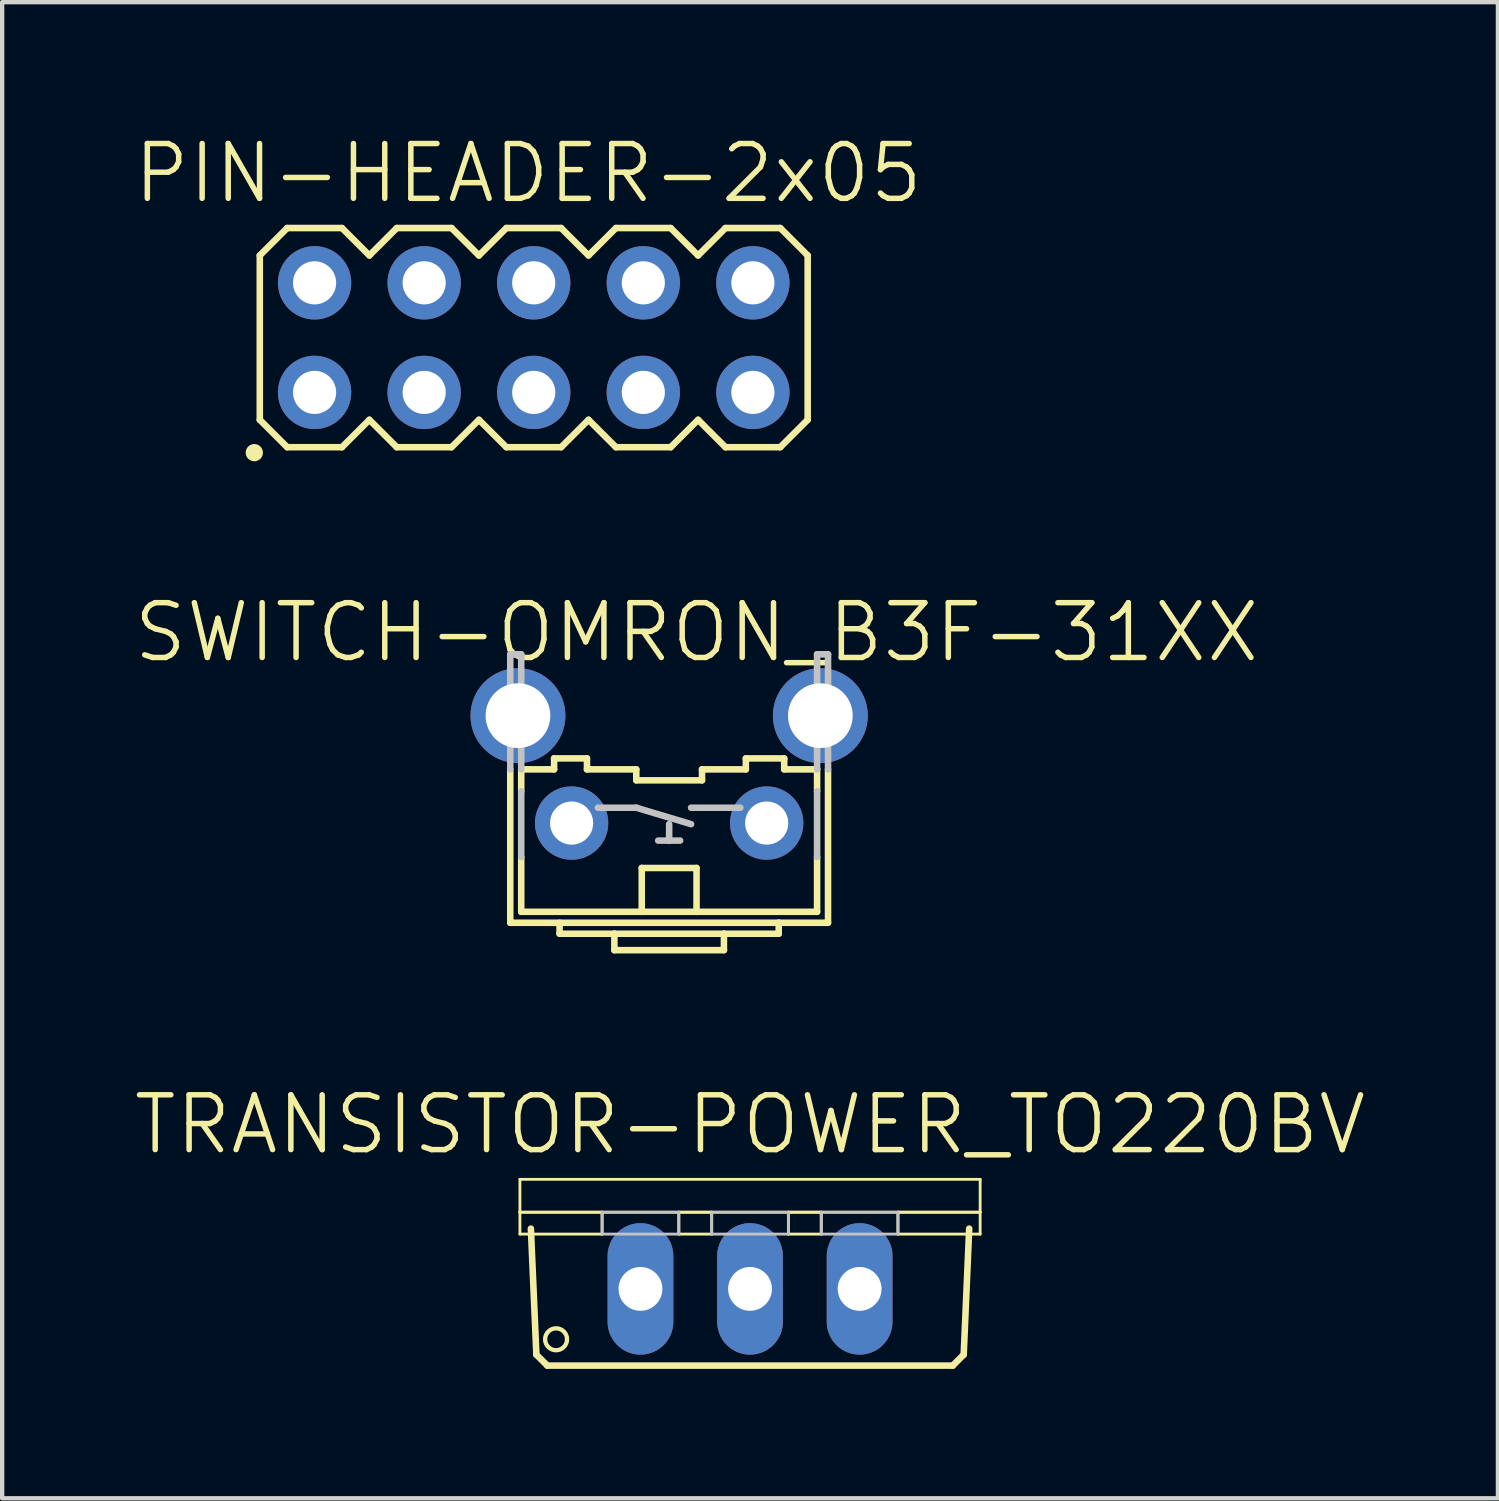
<source format=kicad_pcb>
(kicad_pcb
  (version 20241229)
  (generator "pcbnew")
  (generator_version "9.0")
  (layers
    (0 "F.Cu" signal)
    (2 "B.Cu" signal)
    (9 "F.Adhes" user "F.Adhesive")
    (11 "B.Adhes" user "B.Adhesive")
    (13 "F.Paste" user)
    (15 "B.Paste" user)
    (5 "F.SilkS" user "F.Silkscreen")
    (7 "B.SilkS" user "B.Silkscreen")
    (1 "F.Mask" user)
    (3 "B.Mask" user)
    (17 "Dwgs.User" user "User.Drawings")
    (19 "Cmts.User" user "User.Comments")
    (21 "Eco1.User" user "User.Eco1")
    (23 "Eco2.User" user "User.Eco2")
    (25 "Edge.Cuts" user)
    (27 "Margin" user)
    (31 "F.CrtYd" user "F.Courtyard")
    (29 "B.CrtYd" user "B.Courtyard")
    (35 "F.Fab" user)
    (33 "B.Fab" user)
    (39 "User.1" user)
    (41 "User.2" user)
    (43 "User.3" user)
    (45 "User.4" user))
  (footprint "SWITCH-OMRON_B3F-31XX"
    (layer "F.Cu")
    (at 12.461 14.784)
    (property "Reference" "SWITCH-OMRON_B3F-31XX" (at 0.635 -3.175 0) (layer "F.SilkS") (effects (font (size 1.27 1.27) (thickness 0.127))))
    (attr exclude_from_pos_files exclude_from_bom)
    (fp_line (start -3.683 0) (end -3.683 3.556) (stroke (width 0.152) (type solid)) (layer "F.SilkS"))
    (fp_line (start -3.429 0) (end -2.667 0) (stroke (width 0.152) (type solid)) (layer "F.SilkS"))
    (fp_line (start -3.429 0.508) (end -3.429 0) (stroke (width 0.152) (type solid)) (layer "F.SilkS"))
    (fp_line (start -3.429 2.032) (end -3.429 3.302) (stroke (width 0.152) (type solid)) (layer "F.SilkS"))
    (fp_line (start -3.429 3.302) (end -0.635 3.302) (stroke (width 0.152) (type solid)) (layer "F.SilkS"))
    (fp_line (start -2.667 -0.254) (end -2.667 0) (stroke (width 0.152) (type solid)) (layer "F.SilkS"))
    (fp_line (start -2.667 -0.254) (end -1.905 -0.254) (stroke (width 0.152) (type solid)) (layer "F.SilkS"))
    (fp_line (start -2.54 3.556) (end -2.54 3.81) (stroke (width 0.152) (type solid)) (layer "F.SilkS"))
    (fp_line (start -2.54 3.81) (end -1.27 3.81) (stroke (width 0.152) (type solid)) (layer "F.SilkS"))
    (fp_line (start -1.905 0) (end -1.905 -0.254) (stroke (width 0.152) (type solid)) (layer "F.SilkS"))
    (fp_line (start -1.905 0) (end -0.762 0) (stroke (width 0.152) (type solid)) (layer "F.SilkS"))
    (fp_line (start -1.27 3.81) (end -1.27 4.191) (stroke (width 0.152) (type solid)) (layer "F.SilkS"))
    (fp_line (start -1.27 3.81) (end 1.27 3.81) (stroke (width 0.152) (type solid)) (layer "F.SilkS"))
    (fp_line (start -1.27 4.191) (end 1.27 4.191) (stroke (width 0.152) (type solid)) (layer "F.SilkS"))
    (fp_line (start -0.762 0.254) (end -0.762 0) (stroke (width 0.152) (type solid)) (layer "F.SilkS"))
    (fp_line (start -0.762 0.254) (end 0.762 0.254) (stroke (width 0.152) (type solid)) (layer "F.SilkS"))
    (fp_line (start -0.635 2.286) (end 0.635 2.286) (stroke (width 0.152) (type solid)) (layer "F.SilkS"))
    (fp_line (start -0.635 3.302) (end -0.635 2.286) (stroke (width 0.152) (type solid)) (layer "F.SilkS"))
    (fp_line (start -0.635 3.302) (end 0.635 3.302) (stroke (width 0.152) (type solid)) (layer "F.SilkS"))
    (fp_line (start 0.635 3.302) (end 0.635 2.286) (stroke (width 0.152) (type solid)) (layer "F.SilkS"))
    (fp_line (start 0.635 3.302) (end 3.429 3.302) (stroke (width 0.152) (type solid)) (layer "F.SilkS"))
    (fp_line (start 0.762 0) (end 0.762 0.254) (stroke (width 0.152) (type solid)) (layer "F.SilkS"))
    (fp_line (start 0.762 0) (end 1.778 0) (stroke (width 0.152) (type solid)) (layer "F.SilkS"))
    (fp_line (start 1.27 3.81) (end 1.27 4.191) (stroke (width 0.152) (type solid)) (layer "F.SilkS"))
    (fp_line (start 1.27 3.81) (end 2.54 3.81) (stroke (width 0.152) (type solid)) (layer "F.SilkS"))
    (fp_line (start 1.778 -0.254) (end 2.667 -0.254) (stroke (width 0.152) (type solid)) (layer "F.SilkS"))
    (fp_line (start 1.778 0) (end 1.778 -0.254) (stroke (width 0.152) (type solid)) (layer "F.SilkS"))
    (fp_line (start 2.54 3.556) (end -3.683 3.556) (stroke (width 0.152) (type solid)) (layer "F.SilkS"))
    (fp_line (start 2.54 3.556) (end 2.54 3.81) (stroke (width 0.152) (type solid)) (layer "F.SilkS"))
    (fp_line (start 2.667 0) (end 2.667 -0.254) (stroke (width 0.152) (type solid)) (layer "F.SilkS"))
    (fp_line (start 2.667 0) (end 3.429 0) (stroke (width 0.152) (type solid)) (layer "F.SilkS"))
    (fp_line (start 3.429 0.508) (end 3.429 0) (stroke (width 0.152) (type solid)) (layer "F.SilkS"))
    (fp_line (start 3.429 2.032) (end 3.429 3.302) (stroke (width 0.152) (type solid)) (layer "F.SilkS"))
    (fp_line (start 3.683 0) (end 3.683 3.556) (stroke (width 0.152) (type solid)) (layer "F.SilkS"))
    (fp_line (start 3.683 3.556) (end 2.54 3.556) (stroke (width 0.152) (type solid)) (layer "F.SilkS"))
    (fp_line (start -3.683 -2.667) (end -3.429 -2.667) (stroke (width 0.152) (type solid)) (layer "Dwgs.User"))
    (fp_line (start -3.683 0) (end -3.683 -2.667) (stroke (width 0.152) (type solid)) (layer "Dwgs.User"))
    (fp_line (start -3.429 -2.667) (end -3.429 0) (stroke (width 0.152) (type solid)) (layer "Dwgs.User"))
    (fp_line (start -3.429 0.508) (end -3.429 2.032) (stroke (width 0.152) (type solid)) (layer "Dwgs.User"))
    (fp_line (start -1.651 0.889) (end -0.762 0.889) (stroke (width 0.152) (type solid)) (layer "Dwgs.User"))
    (fp_line (start -0.762 0.889) (end 0.508 1.27) (stroke (width 0.152) (type solid)) (layer "Dwgs.User"))
    (fp_line (start -0.254 1.651) (end 0 1.651) (stroke (width 0.152) (type solid)) (layer "Dwgs.User"))
    (fp_line (start 0 1.27) (end 0 1.651) (stroke (width 0.152) (type solid)) (layer "Dwgs.User"))
    (fp_line (start 0 1.651) (end 0.254 1.651) (stroke (width 0.152) (type solid)) (layer "Dwgs.User"))
    (fp_line (start 0.508 0.889) (end 1.651 0.889) (stroke (width 0.152) (type solid)) (layer "Dwgs.User"))
    (fp_line (start 3.429 -2.667) (end 3.683 -2.667) (stroke (width 0.152) (type solid)) (layer "Dwgs.User"))
    (fp_line (start 3.429 0) (end 3.429 -2.667) (stroke (width 0.152) (type solid)) (layer "Dwgs.User"))
    (fp_line (start 3.429 0.508) (end 3.429 2.032) (stroke (width 0.152) (type solid)) (layer "Dwgs.User"))
    (fp_line (start 3.683 -2.667) (end 3.683 0) (stroke (width 0.152) (type solid)) (layer "Dwgs.User"))
    (pad "1" thru_hole circle (at -2.261 1.245) (size 1.7 1.7) (drill 1) (layers "*.Cu" "*.Mask"))
    (pad "2" thru_hole circle (at 2.261 1.245) (size 1.7 1.7) (drill 1) (layers "*.Cu" "*.Mask"))
    (pad "3" thru_hole circle (at -3.505 -1.245) (size 2.2 2.2) (drill 1.5) (layers "*.Cu" "*.Mask"))
    (pad "4" thru_hole circle (at 3.505 -1.245) (size 2.2 2.2) (drill 1.5) (layers "*.Cu" "*.Mask")))
  (footprint "PIN-HEADER-2x05"
    (layer "F.Cu")
    (at 8.052 4.776)
    (property "Reference" "PIN-HEADER-2x05" (at 1.143 -3.81 0) (layer "F.SilkS") (effects (font (size 1.27 1.27) (thickness 0.127))))
    (attr through_hole)
    (fp_line (start -5.08 -1.905) (end -4.445 -2.54) (stroke (width 0.152) (type solid)) (layer "F.SilkS"))
    (fp_line (start -5.08 1.905) (end -5.08 -1.905) (stroke (width 0.152) (type solid)) (layer "F.SilkS"))
    (fp_line (start -5.08 1.905) (end -4.445 2.54) (stroke (width 0.152) (type solid)) (layer "F.SilkS"))
    (fp_line (start -4.445 -2.54) (end -3.175 -2.54) (stroke (width 0.152) (type solid)) (layer "F.SilkS"))
    (fp_line (start -4.445 2.54) (end -3.175 2.54) (stroke (width 0.152) (type solid)) (layer "F.SilkS"))
    (fp_line (start -3.175 -2.54) (end -2.54 -1.905) (stroke (width 0.152) (type solid)) (layer "F.SilkS"))
    (fp_line (start -3.175 2.54) (end -2.54 1.905) (stroke (width 0.152) (type solid)) (layer "F.SilkS"))
    (fp_line (start -2.54 -1.905) (end -1.905 -2.54) (stroke (width 0.152) (type solid)) (layer "F.SilkS"))
    (fp_line (start -2.54 1.905) (end -1.905 2.54) (stroke (width 0.152) (type solid)) (layer "F.SilkS"))
    (fp_line (start -1.905 -2.54) (end -0.635 -2.54) (stroke (width 0.152) (type solid)) (layer "F.SilkS"))
    (fp_line (start -1.905 2.54) (end -0.635 2.54) (stroke (width 0.152) (type solid)) (layer "F.SilkS"))
    (fp_line (start -0.635 -2.54) (end 0 -1.905) (stroke (width 0.152) (type solid)) (layer "F.SilkS"))
    (fp_line (start -0.635 2.54) (end 0 1.905) (stroke (width 0.152) (type solid)) (layer "F.SilkS"))
    (fp_line (start 0 -1.905) (end 0.635 -2.54) (stroke (width 0.152) (type solid)) (layer "F.SilkS"))
    (fp_line (start 0 1.905) (end 0.635 2.54) (stroke (width 0.152) (type solid)) (layer "F.SilkS"))
    (fp_line (start 0.635 -2.54) (end 1.905 -2.54) (stroke (width 0.152) (type solid)) (layer "F.SilkS"))
    (fp_line (start 0.635 2.54) (end 1.905 2.54) (stroke (width 0.152) (type solid)) (layer "F.SilkS"))
    (fp_line (start 1.905 -2.54) (end 2.54 -1.905) (stroke (width 0.152) (type solid)) (layer "F.SilkS"))
    (fp_line (start 1.905 2.54) (end 2.54 1.905) (stroke (width 0.152) (type solid)) (layer "F.SilkS"))
    (fp_line (start 2.54 -1.905) (end 3.175 -2.54) (stroke (width 0.152) (type solid)) (layer "F.SilkS"))
    (fp_line (start 2.54 1.905) (end 3.175 2.54) (stroke (width 0.152) (type solid)) (layer "F.SilkS"))
    (fp_line (start 3.175 -2.54) (end 4.445 -2.54) (stroke (width 0.152) (type solid)) (layer "F.SilkS"))
    (fp_line (start 3.175 2.54) (end 4.445 2.54) (stroke (width 0.152) (type solid)) (layer "F.SilkS"))
    (fp_line (start 4.445 -2.54) (end 5.08 -1.905) (stroke (width 0.152) (type solid)) (layer "F.SilkS"))
    (fp_line (start 4.445 2.54) (end 5.08 1.905) (stroke (width 0.152) (type solid)) (layer "F.SilkS"))
    (fp_line (start 5.08 -1.905) (end 5.715 -2.54) (stroke (width 0.152) (type solid)) (layer "F.SilkS"))
    (fp_line (start 5.08 1.905) (end 5.715 2.54) (stroke (width 0.152) (type solid)) (layer "F.SilkS"))
    (fp_line (start 5.715 -2.54) (end 6.985 -2.54) (stroke (width 0.152) (type solid)) (layer "F.SilkS"))
    (fp_line (start 5.715 2.54) (end 6.985 2.54) (stroke (width 0.152) (type solid)) (layer "F.SilkS"))
    (fp_line (start 6.985 -2.54) (end 7.62 -1.905) (stroke (width 0.152) (type solid)) (layer "F.SilkS"))
    (fp_line (start 6.985 2.54) (end 7.62 1.905) (stroke (width 0.152) (type solid)) (layer "F.SilkS"))
    (fp_line (start 7.62 -1.905) (end 7.62 1.905) (stroke (width 0.152) (type solid)) (layer "F.SilkS"))
    (fp_circle (center -5.207 2.667) (end -5.107 2.667) (stroke (width 0.2) (type solid)) (fill no) (layer "F.SilkS"))
    (fp_line (start -4.064 -1.524) (end -3.556 -1.524) (stroke (width 0.066) (type solid)) (layer "Dwgs.User"))
    (fp_line (start -4.064 -1.016) (end -4.064 -1.524) (stroke (width 0.066) (type solid)) (layer "Dwgs.User"))
    (fp_line (start -4.064 -1.016) (end -3.556 -1.016) (stroke (width 0.066) (type solid)) (layer "Dwgs.User"))
    (fp_line (start -4.064 1.016) (end -3.556 1.016) (stroke (width 0.066) (type solid)) (layer "Dwgs.User"))
    (fp_line (start -4.064 1.524) (end -4.064 1.016) (stroke (width 0.066) (type solid)) (layer "Dwgs.User"))
    (fp_line (start -4.064 1.524) (end -3.556 1.524) (stroke (width 0.066) (type solid)) (layer "Dwgs.User"))
    (fp_line (start -3.556 -1.016) (end -3.556 -1.524) (stroke (width 0.066) (type solid)) (layer "Dwgs.User"))
    (fp_line (start -3.556 1.524) (end -3.556 1.016) (stroke (width 0.066) (type solid)) (layer "Dwgs.User"))
    (fp_line (start -1.524 -1.524) (end -1.016 -1.524) (stroke (width 0.066) (type solid)) (layer "Dwgs.User"))
    (fp_line (start -1.524 -1.016) (end -1.524 -1.524) (stroke (width 0.066) (type solid)) (layer "Dwgs.User"))
    (fp_line (start -1.524 -1.016) (end -1.016 -1.016) (stroke (width 0.066) (type solid)) (layer "Dwgs.User"))
    (fp_line (start -1.524 1.016) (end -1.016 1.016) (stroke (width 0.066) (type solid)) (layer "Dwgs.User"))
    (fp_line (start -1.524 1.524) (end -1.524 1.016) (stroke (width 0.066) (type solid)) (layer "Dwgs.User"))
    (fp_line (start -1.524 1.524) (end -1.016 1.524) (stroke (width 0.066) (type solid)) (layer "Dwgs.User"))
    (fp_line (start -1.016 -1.016) (end -1.016 -1.524) (stroke (width 0.066) (type solid)) (layer "Dwgs.User"))
    (fp_line (start -1.016 1.524) (end -1.016 1.016) (stroke (width 0.066) (type solid)) (layer "Dwgs.User"))
    (fp_line (start 1.016 -1.524) (end 1.524 -1.524) (stroke (width 0.066) (type solid)) (layer "Dwgs.User"))
    (fp_line (start 1.016 -1.016) (end 1.016 -1.524) (stroke (width 0.066) (type solid)) (layer "Dwgs.User"))
    (fp_line (start 1.016 -1.016) (end 1.524 -1.016) (stroke (width 0.066) (type solid)) (layer "Dwgs.User"))
    (fp_line (start 1.016 1.016) (end 1.524 1.016) (stroke (width 0.066) (type solid)) (layer "Dwgs.User"))
    (fp_line (start 1.016 1.524) (end 1.016 1.016) (stroke (width 0.066) (type solid)) (layer "Dwgs.User"))
    (fp_line (start 1.016 1.524) (end 1.524 1.524) (stroke (width 0.066) (type solid)) (layer "Dwgs.User"))
    (fp_line (start 1.524 -1.016) (end 1.524 -1.524) (stroke (width 0.066) (type solid)) (layer "Dwgs.User"))
    (fp_line (start 1.524 1.524) (end 1.524 1.016) (stroke (width 0.066) (type solid)) (layer "Dwgs.User"))
    (fp_line (start 3.556 -1.524) (end 4.064 -1.524) (stroke (width 0.066) (type solid)) (layer "Dwgs.User"))
    (fp_line (start 3.556 -1.016) (end 3.556 -1.524) (stroke (width 0.066) (type solid)) (layer "Dwgs.User"))
    (fp_line (start 3.556 -1.016) (end 4.064 -1.016) (stroke (width 0.066) (type solid)) (layer "Dwgs.User"))
    (fp_line (start 3.556 1.016) (end 4.064 1.016) (stroke (width 0.066) (type solid)) (layer "Dwgs.User"))
    (fp_line (start 3.556 1.524) (end 3.556 1.016) (stroke (width 0.066) (type solid)) (layer "Dwgs.User"))
    (fp_line (start 3.556 1.524) (end 4.064 1.524) (stroke (width 0.066) (type solid)) (layer "Dwgs.User"))
    (fp_line (start 4.064 -1.016) (end 4.064 -1.524) (stroke (width 0.066) (type solid)) (layer "Dwgs.User"))
    (fp_line (start 4.064 1.524) (end 4.064 1.016) (stroke (width 0.066) (type solid)) (layer "Dwgs.User"))
    (fp_line (start 6.096 -1.524) (end 6.604 -1.524) (stroke (width 0.066) (type solid)) (layer "Dwgs.User"))
    (fp_line (start 6.096 -1.016) (end 6.096 -1.524) (stroke (width 0.066) (type solid)) (layer "Dwgs.User"))
    (fp_line (start 6.096 -1.016) (end 6.604 -1.016) (stroke (width 0.066) (type solid)) (layer "Dwgs.User"))
    (fp_line (start 6.096 1.016) (end 6.604 1.016) (stroke (width 0.066) (type solid)) (layer "Dwgs.User"))
    (fp_line (start 6.096 1.524) (end 6.096 1.016) (stroke (width 0.066) (type solid)) (layer "Dwgs.User"))
    (fp_line (start 6.096 1.524) (end 6.604 1.524) (stroke (width 0.066) (type solid)) (layer "Dwgs.User"))
    (fp_line (start 6.604 -1.016) (end 6.604 -1.524) (stroke (width 0.066) (type solid)) (layer "Dwgs.User"))
    (fp_line (start 6.604 1.524) (end 6.604 1.016) (stroke (width 0.066) (type solid)) (layer "Dwgs.User"))
    (pad "1" thru_hole circle (at -3.81 1.27) (size 1.7 1.7) (drill 1) (layers "*.Cu" "*.Mask"))
    (pad "2" thru_hole circle (at -3.81 -1.27) (size 1.7 1.7) (drill 1) (layers "*.Cu" "*.Mask"))
    (pad "3" thru_hole circle (at -1.27 1.27) (size 1.7 1.7) (drill 1) (layers "*.Cu" "*.Mask"))
    (pad "4" thru_hole circle (at -1.27 -1.27) (size 1.7 1.7) (drill 1) (layers "*.Cu" "*.Mask"))
    (pad "5" thru_hole circle (at 1.27 1.27) (size 1.7 1.7) (drill 1) (layers "*.Cu" "*.Mask"))
    (pad "6" thru_hole circle (at 1.27 -1.27) (size 1.7 1.7) (drill 1) (layers "*.Cu" "*.Mask"))
    (pad "7" thru_hole circle (at 3.81 1.27) (size 1.7 1.7) (drill 1) (layers "*.Cu" "*.Mask"))
    (pad "8" thru_hole circle (at 3.81 -1.27) (size 1.7 1.7) (drill 1) (layers "*.Cu" "*.Mask"))
    (pad "9" thru_hole circle (at 6.35 1.27) (size 1.7 1.7) (drill 1) (layers "*.Cu" "*.Mask"))
    (pad "10" thru_hole circle (at 6.35 -1.27) (size 1.7 1.7) (drill 1) (layers "*.Cu" "*.Mask")))
  (footprint "TRANSISTOR-POWER_TO220BV"
    (layer "F.Cu")
    (at 14.336 24.287)
    (property "Reference" "TRANSISTOR-POWER_TO220BV" (at 0 -1.27 0) (layer "F.SilkS") (effects (font (size 1.27 1.27) (thickness 0.127))))
    (attr exclude_from_pos_files exclude_from_bom)
    (fp_line (start -5.334 0) (end 5.334 0) (stroke (width 0.066) (type solid)) (layer "F.SilkS"))
    (fp_line (start -5.334 0.762) (end -5.334 0) (stroke (width 0.066) (type solid)) (layer "F.SilkS"))
    (fp_line (start -5.334 0.762) (end -3.429 0.762) (stroke (width 0.066) (type solid)) (layer "F.SilkS"))
    (fp_line (start -5.334 0.762) (end 5.334 0.762) (stroke (width 0.066) (type solid)) (layer "F.SilkS"))
    (fp_line (start -5.334 1.27) (end -5.334 0.762) (stroke (width 0.066) (type solid)) (layer "F.SilkS"))
    (fp_line (start -5.334 1.27) (end -3.429 1.27) (stroke (width 0.066) (type solid)) (layer "F.SilkS"))
    (fp_line (start -4.953 4.064) (end -5.08 1.143) (stroke (width 0.152) (type solid)) (layer "F.SilkS"))
    (fp_line (start -4.953 4.064) (end -4.699 4.318) (stroke (width 0.152) (type solid)) (layer "F.SilkS"))
    (fp_line (start -3.429 1.27) (end -3.429 0.762) (stroke (width 0.066) (type solid)) (layer "F.SilkS"))
    (fp_line (start -1.651 0.762) (end -0.889 0.762) (stroke (width 0.066) (type solid)) (layer "F.SilkS"))
    (fp_line (start -1.651 1.27) (end -1.651 0.762) (stroke (width 0.066) (type solid)) (layer "F.SilkS"))
    (fp_line (start -1.651 1.27) (end -0.889 1.27) (stroke (width 0.066) (type solid)) (layer "F.SilkS"))
    (fp_line (start -0.889 1.27) (end -0.889 0.762) (stroke (width 0.066) (type solid)) (layer "F.SilkS"))
    (fp_line (start 0.889 0.762) (end 1.651 0.762) (stroke (width 0.066) (type solid)) (layer "F.SilkS"))
    (fp_line (start 0.889 1.27) (end 0.889 0.762) (stroke (width 0.066) (type solid)) (layer "F.SilkS"))
    (fp_line (start 0.889 1.27) (end 1.651 1.27) (stroke (width 0.066) (type solid)) (layer "F.SilkS"))
    (fp_line (start 1.651 1.27) (end 1.651 0.762) (stroke (width 0.066) (type solid)) (layer "F.SilkS"))
    (fp_line (start 3.429 0.762) (end 5.334 0.762) (stroke (width 0.066) (type solid)) (layer "F.SilkS"))
    (fp_line (start 3.429 1.27) (end 3.429 0.762) (stroke (width 0.066) (type solid)) (layer "F.SilkS"))
    (fp_line (start 3.429 1.27) (end 5.334 1.27) (stroke (width 0.066) (type solid)) (layer "F.SilkS"))
    (fp_line (start 4.699 4.318) (end -4.699 4.318) (stroke (width 0.152) (type solid)) (layer "F.SilkS"))
    (fp_line (start 4.699 4.318) (end 4.953 4.064) (stroke (width 0.152) (type solid)) (layer "F.SilkS"))
    (fp_line (start 5.08 1.143) (end 4.953 4.064) (stroke (width 0.152) (type solid)) (layer "F.SilkS"))
    (fp_line (start 5.334 0.762) (end 5.334 0) (stroke (width 0.066) (type solid)) (layer "F.SilkS"))
    (fp_line (start 5.334 1.27) (end 5.334 0.762) (stroke (width 0.066) (type solid)) (layer "F.SilkS"))
    (fp_circle (center -4.496 3.708) (end -4.496 3.454) (stroke (width 0.1) (type solid)) (fill no) (layer "F.SilkS"))
    (fp_line (start -3.429 0.762) (end -1.651 0.762) (stroke (width 0.066) (type solid)) (layer "Dwgs.User"))
    (fp_line (start -3.429 1.27) (end -3.429 0.762) (stroke (width 0.066) (type solid)) (layer "Dwgs.User"))
    (fp_line (start -3.429 1.27) (end -1.651 1.27) (stroke (width 0.066) (type solid)) (layer "Dwgs.User"))
    (fp_line (start -1.651 1.27) (end -1.651 0.762) (stroke (width 0.066) (type solid)) (layer "Dwgs.User"))
    (fp_line (start -0.889 0.762) (end 0.889 0.762) (stroke (width 0.066) (type solid)) (layer "Dwgs.User"))
    (fp_line (start -0.889 1.27) (end -0.889 0.762) (stroke (width 0.066) (type solid)) (layer "Dwgs.User"))
    (fp_line (start -0.889 1.27) (end 0.889 1.27) (stroke (width 0.066) (type solid)) (layer "Dwgs.User"))
    (fp_line (start 0.889 1.27) (end 0.889 0.762) (stroke (width 0.066) (type solid)) (layer "Dwgs.User"))
    (fp_line (start 1.651 0.762) (end 3.429 0.762) (stroke (width 0.066) (type solid)) (layer "Dwgs.User"))
    (fp_line (start 1.651 1.27) (end 1.651 0.762) (stroke (width 0.066) (type solid)) (layer "Dwgs.User"))
    (fp_line (start 1.651 1.27) (end 3.429 1.27) (stroke (width 0.066) (type solid)) (layer "Dwgs.User"))
    (fp_line (start 3.429 1.27) (end 3.429 0.762) (stroke (width 0.066) (type solid)) (layer "Dwgs.User"))
    (pad "1" thru_hole oval (at -2.54 2.54 180) (size 1.524 3.048) (drill 1.016) (layers "*.Cu" "*.Mask"))
    (pad "2" thru_hole oval (at 0 2.54 180) (size 1.524 3.048) (drill 1.016) (layers "*.Cu" "*.Mask"))
    (pad "3" thru_hole oval (at 2.54 2.54 180) (size 1.524 3.048) (drill 1.016) (layers "*.Cu" "*.Mask")))
  (gr_rect
    (start -3 -3)
    (end 31.672 31.681)
    (stroke (width 0.1) (type default))
    (fill no)
    (layer "Edge.Cuts")))
</source>
